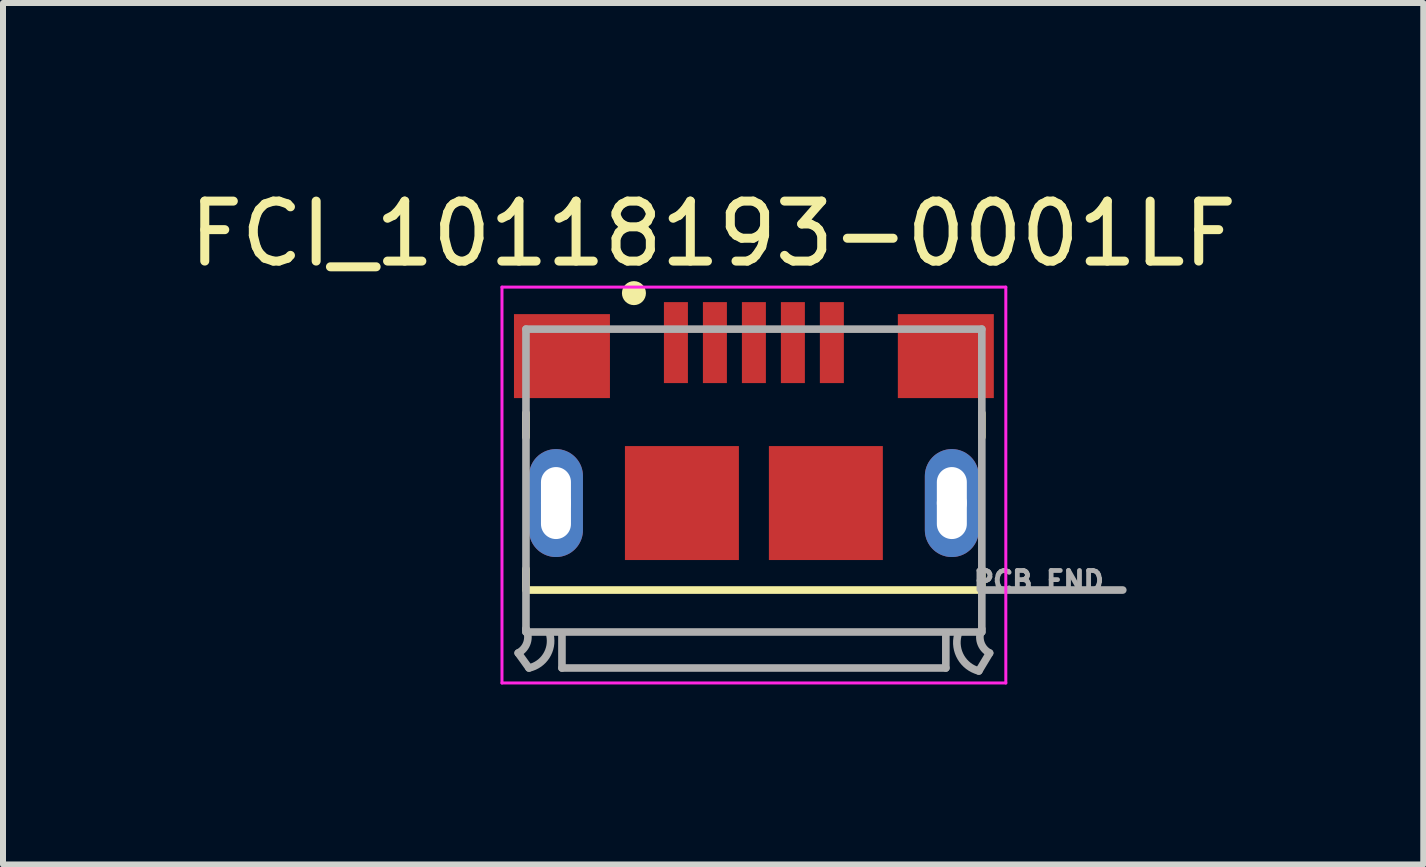
<source format=kicad_pcb>
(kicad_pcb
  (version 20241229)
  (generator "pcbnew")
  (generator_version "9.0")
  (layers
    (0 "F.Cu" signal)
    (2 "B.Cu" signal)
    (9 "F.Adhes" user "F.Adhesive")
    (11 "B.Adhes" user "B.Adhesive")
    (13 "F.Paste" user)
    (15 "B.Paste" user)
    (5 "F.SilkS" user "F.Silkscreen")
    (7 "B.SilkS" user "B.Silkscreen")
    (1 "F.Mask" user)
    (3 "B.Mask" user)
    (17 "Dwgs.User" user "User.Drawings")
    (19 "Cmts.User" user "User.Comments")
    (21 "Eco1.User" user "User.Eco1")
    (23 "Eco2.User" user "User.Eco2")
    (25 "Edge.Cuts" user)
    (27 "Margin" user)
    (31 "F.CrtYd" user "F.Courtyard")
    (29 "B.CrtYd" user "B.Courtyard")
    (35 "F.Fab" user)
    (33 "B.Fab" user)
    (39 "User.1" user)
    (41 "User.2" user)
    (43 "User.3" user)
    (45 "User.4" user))
  (footprint "FCI_10118193-0001LF"
    (layer "F.Cu")
    (at 9.519 5.337)
    (property "Reference" "FCI_10118193-0001LF" (at -0.679 -4.489 0) (layer "F.SilkS") (effects (font (size 1 1) (thickness 0.15))))
    (attr smd)
    (fp_line (start -3.8 -1.5) (end -3.8 -1.1) (stroke (width 0.127) (type solid)) (layer "F.SilkS"))
    (fp_line (start -3.8 1.1) (end -3.8 1.4) (stroke (width 0.127) (type solid)) (layer "F.SilkS"))
    (fp_line (start -3.8 1.45) (end 3.8 1.45) (stroke (width 0.127) (type solid)) (layer "F.SilkS"))
    (fp_line (start 3.8 -1.1) (end 3.8 -1.5) (stroke (width 0.127) (type solid)) (layer "F.SilkS"))
    (fp_line (start 3.8 1.1) (end 3.8 1.4) (stroke (width 0.127) (type solid)) (layer "F.SilkS"))
    (fp_circle (center -2 -3.5) (end -1.9 -3.5) (stroke (width 0.2) (type solid)) (fill no) (layer "F.SilkS"))
    (fp_line (start -4.2 -3.6) (end -4.2 3) (stroke (width 0.05) (type solid)) (layer "F.CrtYd"))
    (fp_line (start -4.2 3) (end 4.2 3) (stroke (width 0.05) (type solid)) (layer "F.CrtYd"))
    (fp_line (start 4.2 -3.6) (end -4.2 -3.6) (stroke (width 0.05) (type solid)) (layer "F.CrtYd"))
    (fp_line (start 4.2 3) (end 4.2 -3.6) (stroke (width 0.05) (type solid)) (layer "F.CrtYd"))
    (fp_line (start -3.93 2.5) (end -3.75 2.75) (stroke (width 0.127) (type solid)) (layer "F.Fab"))
    (fp_line (start -3.8 -2.9) (end 3.8 -2.9) (stroke (width 0.127) (type solid)) (layer "F.Fab"))
    (fp_line (start -3.8 2.1) (end -3.8 -2.9) (stroke (width 0.127) (type solid)) (layer "F.Fab"))
    (fp_line (start -3.8 2.15) (end -3.8 2.1) (stroke (width 0.127) (type solid)) (layer "F.Fab"))
    (fp_line (start -3.2 2.2) (end -3.2 2.75) (stroke (width 0.127) (type solid)) (layer "F.Fab"))
    (fp_line (start -3.2 2.75) (end 3.2 2.75) (stroke (width 0.127) (type solid)) (layer "F.Fab"))
    (fp_line (start 3.2 2.75) (end 3.2 2.2) (stroke (width 0.127) (type solid)) (layer "F.Fab"))
    (fp_line (start 3.8 -2.9) (end 3.8 1.45) (stroke (width 0.127) (type solid)) (layer "F.Fab"))
    (fp_line (start 3.8 1.45) (end 3.8 2.15) (stroke (width 0.127) (type solid)) (layer "F.Fab"))
    (fp_line (start 3.8 1.45) (end 6.15 1.45) (stroke (width 0.127) (type solid)) (layer "F.Fab"))
    (fp_line (start 3.8 2.15) (end -3.8 2.15) (stroke (width 0.127) (type solid)) (layer "F.Fab"))
    (fp_line (start 3.93 2.5) (end 3.75 2.8) (stroke (width 0.127) (type solid)) (layer "F.Fab"))
    (fp_arc (start -3.8 2.1) (mid -3.782157 2.326924) (end -3.93 2.5) (stroke (width 0.127) (type solid)) (layer "F.Fab"))
    (fp_arc (start -3.4 2.2) (mid -3.461091 2.547487) (end -3.75 2.75) (stroke (width 0.127) (type solid)) (layer "F.Fab"))
    (fp_arc (start 3.75 2.8) (mid 3.450736 2.572487) (end 3.4 2.2) (stroke (width 0.127) (type solid)) (layer "F.Fab"))
    (fp_arc (start 3.93 2.5) (mid 3.782157 2.326924) (end 3.8 2.1) (stroke (width 0.127) (type solid)) (layer "F.Fab"))
    (fp_text user "PCB END" (at 4.75 1.3 0) (layer "F.Fab") (effects (font (size 0.32 0.32) (thickness 0.15))))
    (pad "" np_thru_hole circle (at -3.3 0) (size 0.5 0.5) (drill 0.5) (layers "*.Cu" "*.Mask"))
    (pad "" np_thru_hole circle (at 3.3 0) (size 0.5 0.5) (drill 0.5) (layers "*.Cu" "*.Mask"))
    (pad "1" smd rect (at -1.3 -2.675) (size 0.4 1.35) (layers "F.Cu" "F.Mask" "F.Paste"))
    (pad "2" smd rect (at -0.65 -2.675) (size 0.4 1.35) (layers "F.Cu" "F.Mask" "F.Paste"))
    (pad "3" smd rect (at 0 -2.675) (size 0.4 1.35) (layers "F.Cu" "F.Mask" "F.Paste"))
    (pad "4" smd rect (at 0.65 -2.675) (size 0.4 1.35) (layers "F.Cu" "F.Mask" "F.Paste"))
    (pad "5" smd rect (at 1.3 -2.675) (size 0.4 1.35) (layers "F.Cu" "F.Mask" "F.Paste"))
    (pad "S1" smd rect (at -3.2 -2.45) (size 1.6 1.4) (layers "F.Cu" "F.Mask" "F.Paste"))
    (pad "S2" smd rect (at 3.2 -2.45) (size 1.6 1.4) (layers "F.Cu" "F.Mask" "F.Paste"))
    (pad "S3" smd rect (at 1.2 0) (size 1.9 1.9) (layers "F.Cu" "F.Mask" "F.Paste"))
    (pad "S4" smd rect (at -1.2 0) (size 1.9 1.9) (layers "F.Cu" "F.Mask" "F.Paste"))
    (pad "S5" thru_hole oval (at -3.3 0) (size 0.9 1.8) (drill oval 0.5 1.2) (layers "*.Cu" "*.Mask"))
    (pad "S6" thru_hole oval (at 3.3 0) (size 0.9 1.8) (drill oval 0.5 1.2) (layers "*.Cu" "*.Mask")))
  (gr_rect
    (start -3 -3)
    (end 20.679 11.362)
    (stroke (width 0.1) (type default))
    (fill no)
    (layer "Edge.Cuts")))
</source>
